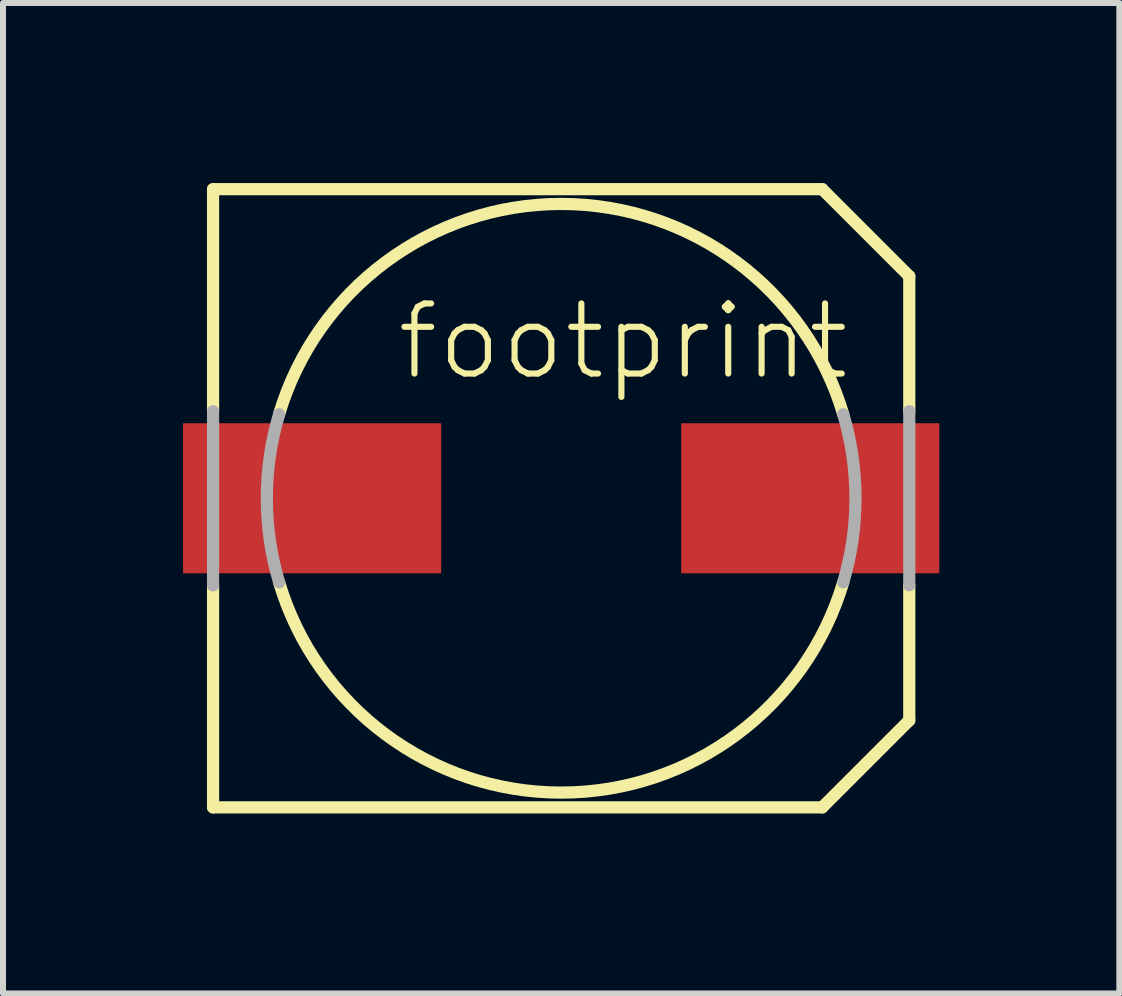
<source format=kicad_pcb>
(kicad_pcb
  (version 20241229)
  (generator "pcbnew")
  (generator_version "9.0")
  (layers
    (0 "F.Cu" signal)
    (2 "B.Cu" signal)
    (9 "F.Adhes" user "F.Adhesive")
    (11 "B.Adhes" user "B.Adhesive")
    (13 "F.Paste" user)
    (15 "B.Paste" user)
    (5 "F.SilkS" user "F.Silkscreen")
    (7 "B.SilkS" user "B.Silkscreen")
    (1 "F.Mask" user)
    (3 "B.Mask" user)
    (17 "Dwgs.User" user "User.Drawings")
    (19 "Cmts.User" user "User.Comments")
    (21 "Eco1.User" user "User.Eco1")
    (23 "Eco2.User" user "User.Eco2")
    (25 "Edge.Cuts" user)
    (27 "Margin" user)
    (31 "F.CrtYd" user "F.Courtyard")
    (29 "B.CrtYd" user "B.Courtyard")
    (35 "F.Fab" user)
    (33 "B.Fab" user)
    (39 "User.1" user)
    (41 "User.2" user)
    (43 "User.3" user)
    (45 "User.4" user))
  (footprint "footprint"
    (layer "F.Cu")
    (at 6.3 5.252)
    (property "Reference" "footprint" (at -2.79 -1.93 0) (layer "F.SilkS") (effects (font (size 1.168 1.168) (thickness 0.102)) (justify left bottom)))
    (fp_line (start -5.8 -5.15) (end 4.35 -5.15) (stroke (width 0.203) (type solid)) (layer "F.SilkS"))
    (fp_line (start -5.8 -1.45) (end -5.8 -5.15) (stroke (width 0.203) (type solid)) (layer "F.SilkS"))
    (fp_line (start -5.8 5.15) (end -5.8 1.45) (stroke (width 0.203) (type solid)) (layer "F.SilkS"))
    (fp_line (start 4.35 5.15) (end -5.8 5.15) (stroke (width 0.203) (type solid)) (layer "F.SilkS"))
    (fp_line (start 5.8 -3.7) (end 4.35 -5.15) (stroke (width 0.203) (type solid)) (layer "F.SilkS"))
    (fp_line (start 5.8 -3.7) (end 5.8 -1.45) (stroke (width 0.203) (type solid)) (layer "F.SilkS"))
    (fp_line (start 5.8 1.45) (end 5.8 3.7) (stroke (width 0.203) (type solid)) (layer "F.SilkS"))
    (fp_line (start 5.8 3.7) (end 4.35 5.15) (stroke (width 0.203) (type solid)) (layer "F.SilkS"))
    (fp_arc (start -4.7 -1.4) (mid 0 -4.90408) (end 4.7 -1.4) (stroke (width 0.2032) (type solid)) (layer "F.SilkS"))
    (fp_arc (start 4.7 1.4) (mid 0 4.90408) (end -4.7 1.4) (stroke (width 0.2032) (type solid)) (layer "F.SilkS"))
    (fp_line (start -5.8 1.45) (end -5.8 -1.45) (stroke (width 0.203) (type solid)) (layer "F.Fab"))
    (fp_line (start 5.8 -1.45) (end 5.8 1.45) (stroke (width 0.203) (type solid)) (layer "F.Fab"))
    (fp_arc (start -4.7 1.4) (mid -4.90408 0) (end -4.7 -1.4) (stroke (width 0.2032) (type solid)) (layer "F.Fab"))
    (fp_arc (start 4.7 -1.4) (mid 4.90408 0) (end 4.7 1.4) (stroke (width 0.2032) (type solid)) (layer "F.Fab"))
    (pad "+" smd rect (at 4.15 0) (size 4.3 2.5) (layers "F.Cu" "F.Mask" "F.Paste"))
    (pad "-" smd rect (at -4.15 0) (size 4.3 2.5) (layers "F.Cu" "F.Mask" "F.Paste")))
  (gr_rect
    (start -3 -3)
    (end 15.6 13.503)
    (stroke (width 0.1) (type default))
    (fill no)
    (layer "Edge.Cuts")))
</source>
